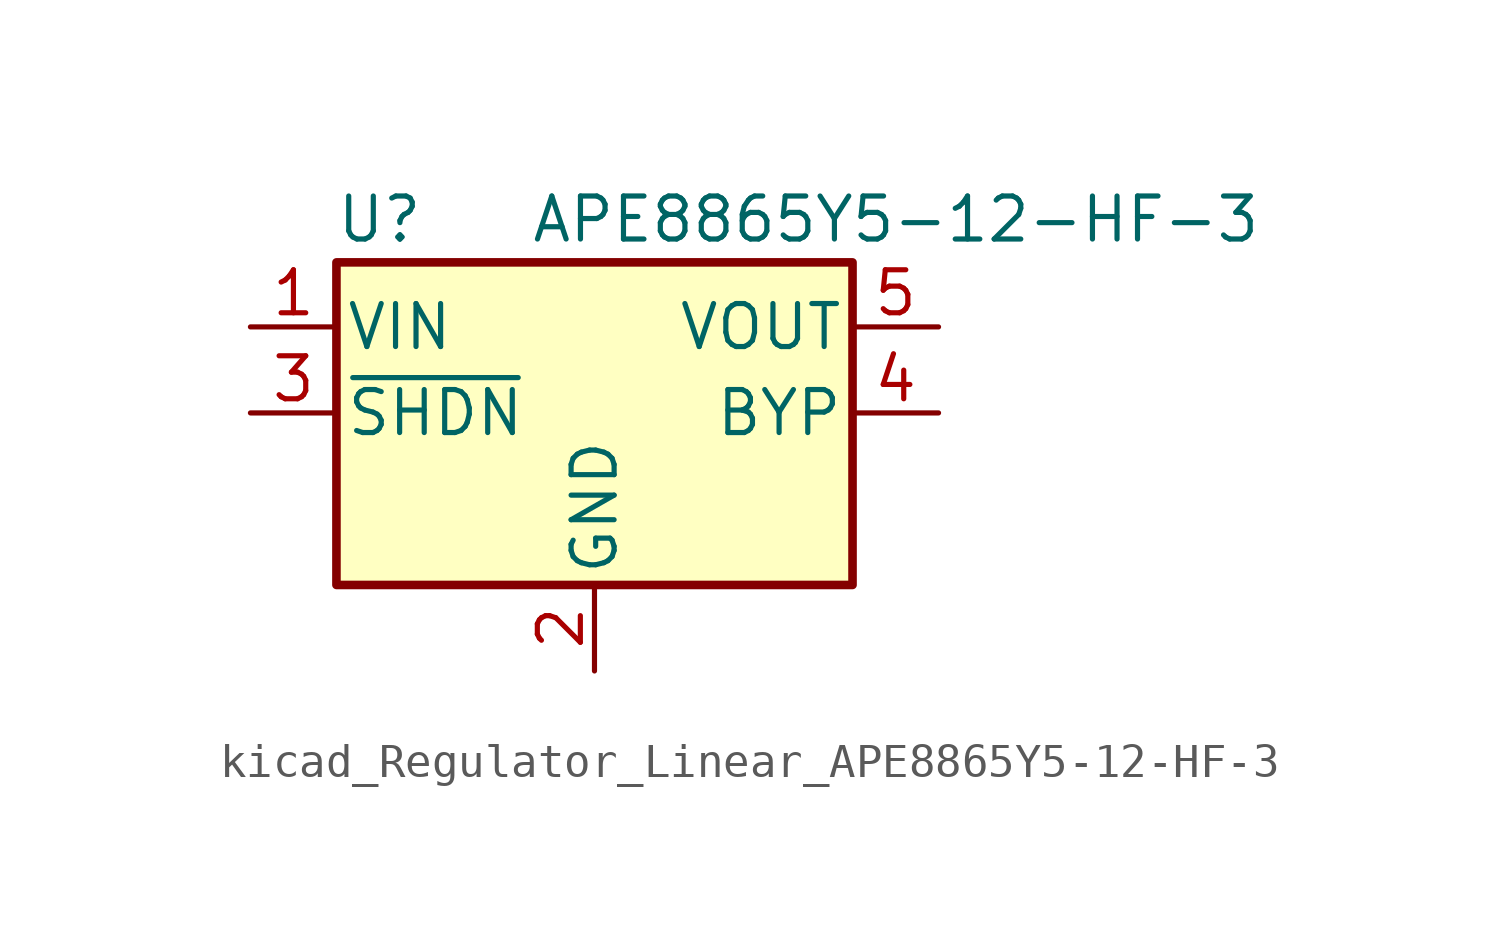
<source format=kicad_sym>
(kicad_symbol_lib
  (version 20220914)
  (generator kicad_symbol_editor)
  (symbol "kicad_Regulator_Linear_APE8865Y5-12-HF-3"
    (pin_names
      (offset 0.254))
    (property "Reference" "U"
      (at -6.35 5.715 0)
      (effects (font (size 1.27 1.27))))
    (property "Value" "APE8865Y5-12-HF-3"
      (at -1.905 5.715 0)
      (effects (font (size 1.27 1.27)) (justify left)))
    (symbol "kicad_Regulator_Linear_APE8865Y5-12-HF-3_0_1"
      (rectangle (start -7.62 4.445) (end 7.62 -5.08) (stroke (width 0.254) (type default)) (fill (type background))))
    (symbol "kicad_Regulator_Linear_APE8865Y5-12-HF-3_1_1"
      (pin power_in line (at -10.16 2.54 0) (length 2.54) (name "VIN" (effects (font (size 1.27 1.27)))) (number "1" (effects (font (size 1.27 1.27)))))
      (pin power_in line (at 0 -7.62 90) (length 2.54) (name "GND" (effects (font (size 1.27 1.27)))) (number "2" (effects (font (size 1.27 1.27)))))
      (pin input line (at -10.16 0 0) (length 2.54) (name "~{SHDN}" (effects (font (size 1.27 1.27)))) (number "3" (effects (font (size 1.27 1.27)))))
      (pin input line (at 10.16 0 180) (length 2.54) (name "BYP" (effects (font (size 1.27 1.27)))) (number "4" (effects (font (size 1.27 1.27)))))
      (pin power_out line (at 10.16 2.54 180) (length 2.54) (name "VOUT" (effects (font (size 1.27 1.27)))) (number "5" (effects (font (size 1.27 1.27))))))))
</source>
